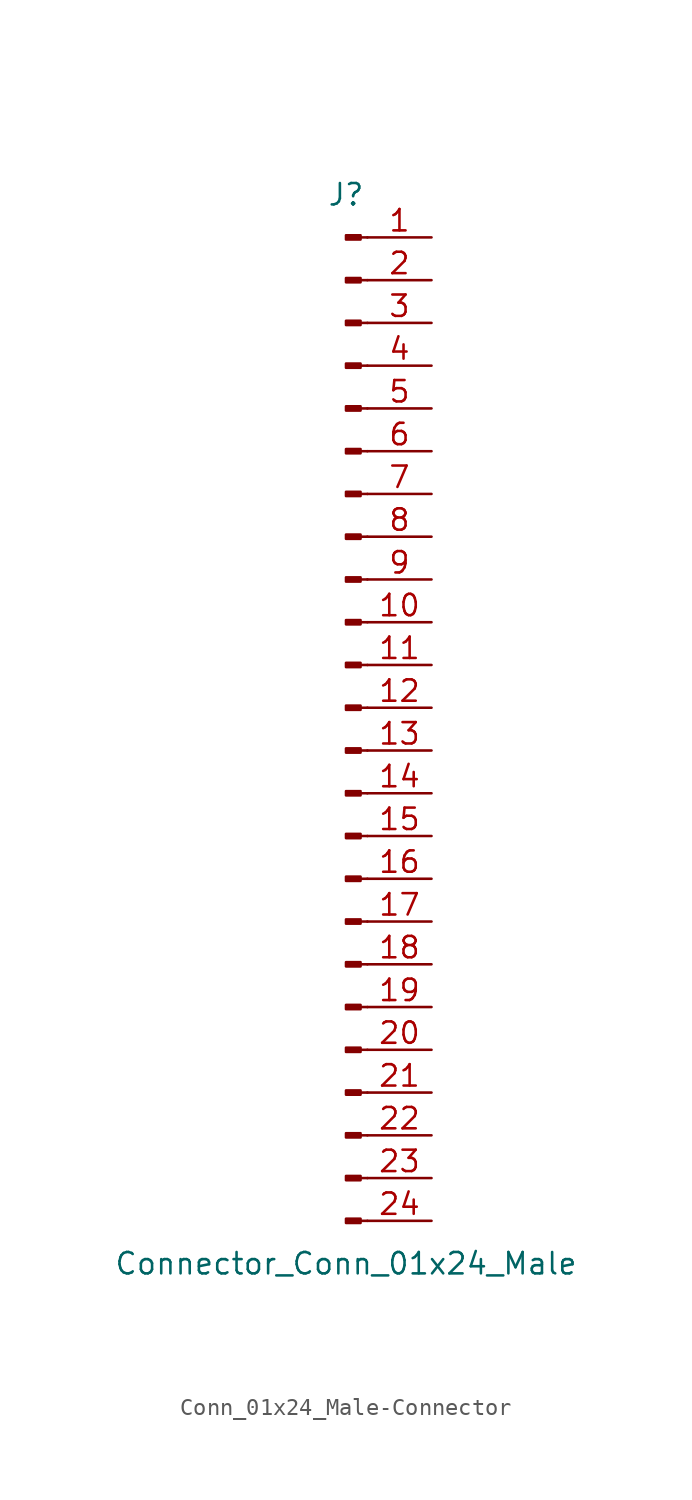
<source format=kicad_sym>
(kicad_symbol_lib
  (version 20220914)
  (generator kicad_symbol_editor)
  (symbol "Conn_01x24_Male-Connector"
    (pin_names
      (offset 1.016) hide)
    (property "Reference" "J"
      (at 0 30.48 0)
      (effects (font (size 1.27 1.27))))
    (property "Value" "Connector_Conn_01x24_Male"
      (at 0 -33.02 0)
      (effects (font (size 1.27 1.27))))
    (symbol "Conn_01x24_Male-Connector_1_1"
      (polyline (pts (xy 1.27 -30.48) (xy 0.864 -30.48)) (stroke (width 0.152) (type solid)) (fill (type none)))
      (polyline (pts (xy 1.27 -27.94) (xy 0.864 -27.94)) (stroke (width 0.152) (type solid)) (fill (type none)))
      (polyline (pts (xy 1.27 -25.4) (xy 0.864 -25.4)) (stroke (width 0.152) (type solid)) (fill (type none)))
      (polyline (pts (xy 1.27 -22.86) (xy 0.864 -22.86)) (stroke (width 0.152) (type solid)) (fill (type none)))
      (polyline (pts (xy 1.27 -20.32) (xy 0.864 -20.32)) (stroke (width 0.152) (type solid)) (fill (type none)))
      (polyline (pts (xy 1.27 -17.78) (xy 0.864 -17.78)) (stroke (width 0.152) (type solid)) (fill (type none)))
      (polyline (pts (xy 1.27 -15.24) (xy 0.864 -15.24)) (stroke (width 0.152) (type solid)) (fill (type none)))
      (polyline (pts (xy 1.27 -12.7) (xy 0.864 -12.7)) (stroke (width 0.152) (type solid)) (fill (type none)))
      (polyline (pts (xy 1.27 -10.16) (xy 0.864 -10.16)) (stroke (width 0.152) (type solid)) (fill (type none)))
      (polyline (pts (xy 1.27 -7.62) (xy 0.864 -7.62)) (stroke (width 0.152) (type solid)) (fill (type none)))
      (polyline (pts (xy 1.27 -5.08) (xy 0.864 -5.08)) (stroke (width 0.152) (type solid)) (fill (type none)))
      (polyline (pts (xy 1.27 -2.54) (xy 0.864 -2.54)) (stroke (width 0.152) (type solid)) (fill (type none)))
      (polyline (pts (xy 1.27 0) (xy 0.864 0)) (stroke (width 0.152) (type solid)) (fill (type none)))
      (polyline (pts (xy 1.27 2.54) (xy 0.864 2.54)) (stroke (width 0.152) (type solid)) (fill (type none)))
      (polyline (pts (xy 1.27 5.08) (xy 0.864 5.08)) (stroke (width 0.152) (type solid)) (fill (type none)))
      (polyline (pts (xy 1.27 7.62) (xy 0.864 7.62)) (stroke (width 0.152) (type solid)) (fill (type none)))
      (polyline (pts (xy 1.27 10.16) (xy 0.864 10.16)) (stroke (width 0.152) (type solid)) (fill (type none)))
      (polyline (pts (xy 1.27 12.7) (xy 0.864 12.7)) (stroke (width 0.152) (type solid)) (fill (type none)))
      (polyline (pts (xy 1.27 15.24) (xy 0.864 15.24)) (stroke (width 0.152) (type solid)) (fill (type none)))
      (polyline (pts (xy 1.27 17.78) (xy 0.864 17.78)) (stroke (width 0.152) (type solid)) (fill (type none)))
      (polyline (pts (xy 1.27 20.32) (xy 0.864 20.32)) (stroke (width 0.152) (type solid)) (fill (type none)))
      (polyline (pts (xy 1.27 22.86) (xy 0.864 22.86)) (stroke (width 0.152) (type solid)) (fill (type none)))
      (polyline (pts (xy 1.27 25.4) (xy 0.864 25.4)) (stroke (width 0.152) (type solid)) (fill (type none)))
      (polyline (pts (xy 1.27 27.94) (xy 0.864 27.94)) (stroke (width 0.152) (type solid)) (fill (type none)))
      (rectangle (start 0.864 -30.353) (end 0 -30.607) (stroke (width 0.152) (type solid)) (fill (type outline)))
      (rectangle (start 0.864 -27.813) (end 0 -28.067) (stroke (width 0.152) (type solid)) (fill (type outline)))
      (rectangle (start 0.864 -25.273) (end 0 -25.527) (stroke (width 0.152) (type solid)) (fill (type outline)))
      (rectangle (start 0.864 -22.733) (end 0 -22.987) (stroke (width 0.152) (type solid)) (fill (type outline)))
      (rectangle (start 0.864 -20.193) (end 0 -20.447) (stroke (width 0.152) (type solid)) (fill (type outline)))
      (rectangle (start 0.864 -17.653) (end 0 -17.907) (stroke (width 0.152) (type solid)) (fill (type outline)))
      (rectangle (start 0.864 -15.113) (end 0 -15.367) (stroke (width 0.152) (type solid)) (fill (type outline)))
      (rectangle (start 0.864 -12.573) (end 0 -12.827) (stroke (width 0.152) (type solid)) (fill (type outline)))
      (rectangle (start 0.864 -10.033) (end 0 -10.287) (stroke (width 0.152) (type solid)) (fill (type outline)))
      (rectangle (start 0.864 -7.493) (end 0 -7.747) (stroke (width 0.152) (type solid)) (fill (type outline)))
      (rectangle (start 0.864 -4.953) (end 0 -5.207) (stroke (width 0.152) (type solid)) (fill (type outline)))
      (rectangle (start 0.864 -2.413) (end 0 -2.667) (stroke (width 0.152) (type solid)) (fill (type outline)))
      (rectangle (start 0.864 0.127) (end 0 -0.127) (stroke (width 0.152) (type solid)) (fill (type outline)))
      (rectangle (start 0.864 2.667) (end 0 2.413) (stroke (width 0.152) (type solid)) (fill (type outline)))
      (rectangle (start 0.864 5.207) (end 0 4.953) (stroke (width 0.152) (type solid)) (fill (type outline)))
      (rectangle (start 0.864 7.747) (end 0 7.493) (stroke (width 0.152) (type solid)) (fill (type outline)))
      (rectangle (start 0.864 10.287) (end 0 10.033) (stroke (width 0.152) (type solid)) (fill (type outline)))
      (rectangle (start 0.864 12.827) (end 0 12.573) (stroke (width 0.152) (type solid)) (fill (type outline)))
      (rectangle (start 0.864 15.367) (end 0 15.113) (stroke (width 0.152) (type solid)) (fill (type outline)))
      (rectangle (start 0.864 17.907) (end 0 17.653) (stroke (width 0.152) (type solid)) (fill (type outline)))
      (rectangle (start 0.864 20.447) (end 0 20.193) (stroke (width 0.152) (type solid)) (fill (type outline)))
      (rectangle (start 0.864 22.987) (end 0 22.733) (stroke (width 0.152) (type solid)) (fill (type outline)))
      (rectangle (start 0.864 25.527) (end 0 25.273) (stroke (width 0.152) (type solid)) (fill (type outline)))
      (rectangle (start 0.864 28.067) (end 0 27.813) (stroke (width 0.152) (type solid)) (fill (type outline)))
      (pin passive line (at 5.08 27.94 180) (length 3.81) (name "Pin_1" (effects (font (size 1.27 1.27)))) (number "1" (effects (font (size 1.27 1.27)))))
      (pin passive line (at 5.08 5.08 180) (length 3.81) (name "Pin_10" (effects (font (size 1.27 1.27)))) (number "10" (effects (font (size 1.27 1.27)))))
      (pin passive line (at 5.08 2.54 180) (length 3.81) (name "Pin_11" (effects (font (size 1.27 1.27)))) (number "11" (effects (font (size 1.27 1.27)))))
      (pin passive line (at 5.08 0 180) (length 3.81) (name "Pin_12" (effects (font (size 1.27 1.27)))) (number "12" (effects (font (size 1.27 1.27)))))
      (pin passive line (at 5.08 -2.54 180) (length 3.81) (name "Pin_13" (effects (font (size 1.27 1.27)))) (number "13" (effects (font (size 1.27 1.27)))))
      (pin passive line (at 5.08 -5.08 180) (length 3.81) (name "Pin_14" (effects (font (size 1.27 1.27)))) (number "14" (effects (font (size 1.27 1.27)))))
      (pin passive line (at 5.08 -7.62 180) (length 3.81) (name "Pin_15" (effects (font (size 1.27 1.27)))) (number "15" (effects (font (size 1.27 1.27)))))
      (pin passive line (at 5.08 -10.16 180) (length 3.81) (name "Pin_16" (effects (font (size 1.27 1.27)))) (number "16" (effects (font (size 1.27 1.27)))))
      (pin passive line (at 5.08 -12.7 180) (length 3.81) (name "Pin_17" (effects (font (size 1.27 1.27)))) (number "17" (effects (font (size 1.27 1.27)))))
      (pin passive line (at 5.08 -15.24 180) (length 3.81) (name "Pin_18" (effects (font (size 1.27 1.27)))) (number "18" (effects (font (size 1.27 1.27)))))
      (pin passive line (at 5.08 -17.78 180) (length 3.81) (name "Pin_19" (effects (font (size 1.27 1.27)))) (number "19" (effects (font (size 1.27 1.27)))))
      (pin passive line (at 5.08 25.4 180) (length 3.81) (name "Pin_2" (effects (font (size 1.27 1.27)))) (number "2" (effects (font (size 1.27 1.27)))))
      (pin passive line (at 5.08 -20.32 180) (length 3.81) (name "Pin_20" (effects (font (size 1.27 1.27)))) (number "20" (effects (font (size 1.27 1.27)))))
      (pin passive line (at 5.08 -22.86 180) (length 3.81) (name "Pin_21" (effects (font (size 1.27 1.27)))) (number "21" (effects (font (size 1.27 1.27)))))
      (pin passive line (at 5.08 -25.4 180) (length 3.81) (name "Pin_22" (effects (font (size 1.27 1.27)))) (number "22" (effects (font (size 1.27 1.27)))))
      (pin passive line (at 5.08 -27.94 180) (length 3.81) (name "Pin_23" (effects (font (size 1.27 1.27)))) (number "23" (effects (font (size 1.27 1.27)))))
      (pin passive line (at 5.08 -30.48 180) (length 3.81) (name "Pin_24" (effects (font (size 1.27 1.27)))) (number "24" (effects (font (size 1.27 1.27)))))
      (pin passive line (at 5.08 22.86 180) (length 3.81) (name "Pin_3" (effects (font (size 1.27 1.27)))) (number "3" (effects (font (size 1.27 1.27)))))
      (pin passive line (at 5.08 20.32 180) (length 3.81) (name "Pin_4" (effects (font (size 1.27 1.27)))) (number "4" (effects (font (size 1.27 1.27)))))
      (pin passive line (at 5.08 17.78 180) (length 3.81) (name "Pin_5" (effects (font (size 1.27 1.27)))) (number "5" (effects (font (size 1.27 1.27)))))
      (pin passive line (at 5.08 15.24 180) (length 3.81) (name "Pin_6" (effects (font (size 1.27 1.27)))) (number "6" (effects (font (size 1.27 1.27)))))
      (pin passive line (at 5.08 12.7 180) (length 3.81) (name "Pin_7" (effects (font (size 1.27 1.27)))) (number "7" (effects (font (size 1.27 1.27)))))
      (pin passive line (at 5.08 10.16 180) (length 3.81) (name "Pin_8" (effects (font (size 1.27 1.27)))) (number "8" (effects (font (size 1.27 1.27)))))
      (pin passive line (at 5.08 7.62 180) (length 3.81) (name "Pin_9" (effects (font (size 1.27 1.27)))) (number "9" (effects (font (size 1.27 1.27))))))))
</source>
